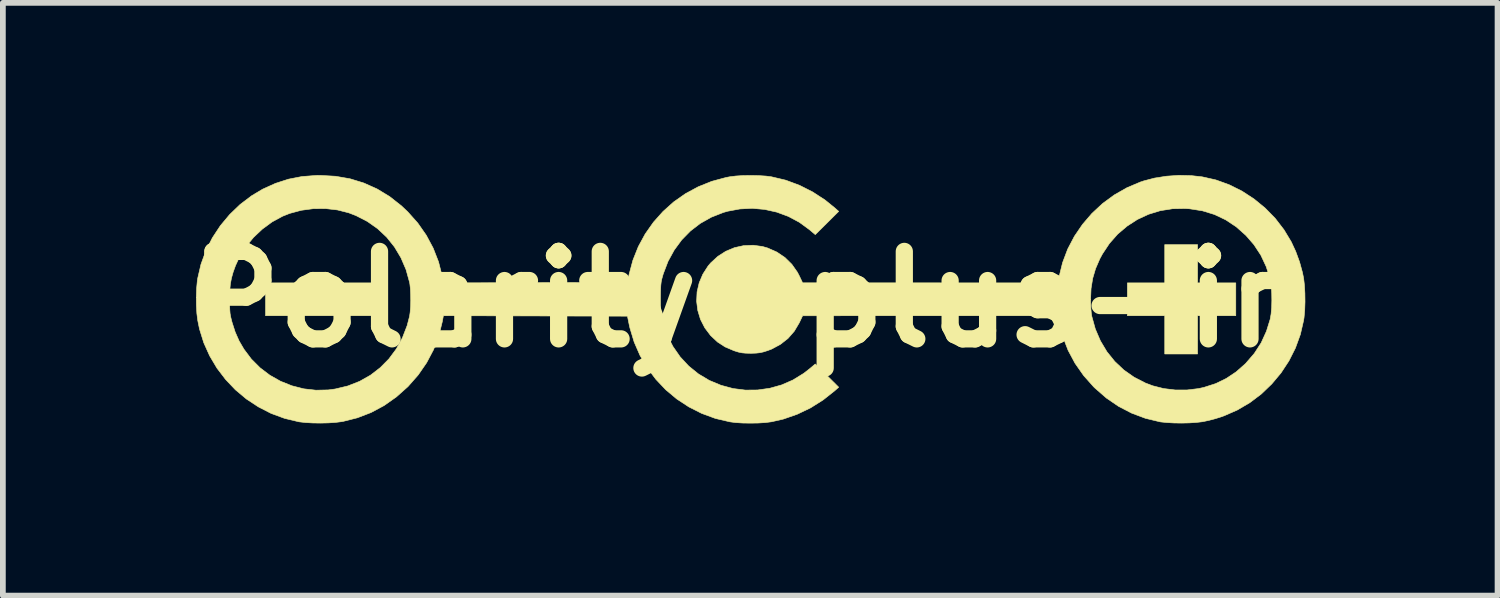
<source format=kicad_pcb>
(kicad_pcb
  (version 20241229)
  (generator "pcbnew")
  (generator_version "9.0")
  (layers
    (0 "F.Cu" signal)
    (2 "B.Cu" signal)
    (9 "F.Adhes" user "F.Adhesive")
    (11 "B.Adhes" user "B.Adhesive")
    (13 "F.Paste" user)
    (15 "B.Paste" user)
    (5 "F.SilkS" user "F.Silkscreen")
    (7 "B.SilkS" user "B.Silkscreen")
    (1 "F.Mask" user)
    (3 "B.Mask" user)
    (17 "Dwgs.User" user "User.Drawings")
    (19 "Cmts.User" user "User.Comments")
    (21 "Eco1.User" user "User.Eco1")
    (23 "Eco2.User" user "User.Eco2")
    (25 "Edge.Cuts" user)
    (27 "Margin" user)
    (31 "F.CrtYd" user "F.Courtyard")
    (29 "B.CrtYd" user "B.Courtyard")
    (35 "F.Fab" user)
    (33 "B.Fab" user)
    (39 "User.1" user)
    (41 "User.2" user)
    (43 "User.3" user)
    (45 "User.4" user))
  (footprint "Polarity-plus-in"
    (layer "F.Cu")
    (at 10.022 2.165)
    (property "Reference" "Polarity-plus-in" (at 0 0 0) (layer "F.SilkS") (effects (font (size 1.524 1.524) (thickness 0.3))))
    (attr through_hole)
    (fp_poly (pts (xy -6.556 0.286) (xy -8.445 0.286) (xy -8.445 -0.286) (xy -6.556 -0.286) (xy -6.556 0.286)) (stroke (width 0.01) (type solid)) (fill yes) (layer "F.SilkS"))
    (fp_poly (pts (xy 7.795 -0.286) (xy 8.461 -0.286) (xy 8.461 0.286) (xy 7.795 0.286) (xy 7.795 0.953) (xy 7.223 0.953) (xy 7.223 0.286) (xy 6.572 0.286) (xy 6.572 -0.286) (xy 7.223 -0.286) (xy 7.223 -0.953) (xy 7.795 -0.953) (xy 7.795 -0.286)) (stroke (width 0.01) (type solid)) (fill yes) (layer "F.SilkS"))
    (fp_poly (pts (xy 7.685 -2.155) (xy 7.874 -2.134) (xy 8.114 -2.08) (xy 8.346 -1.996) (xy 8.569 -1.885) (xy 8.779 -1.748) (xy 8.973 -1.589) (xy 9.148 -1.41) (xy 9.301 -1.211) (xy 9.427 -1.002) (xy 9.505 -0.834) (xy 9.572 -0.651) (xy 9.622 -0.469) (xy 9.643 -0.366) (xy 9.657 -0.245) (xy 9.665 -0.105) (xy 9.667 0.044) (xy 9.662 0.189) (xy 9.65 0.32) (xy 9.643 0.366) (xy 9.586 0.613) (xy 9.5 0.849) (xy 9.387 1.073) (xy 9.249 1.283) (xy 9.088 1.475) (xy 8.907 1.649) (xy 8.706 1.801) (xy 8.488 1.929) (xy 8.255 2.031) (xy 8.186 2.055) (xy 8.098 2.082) (xy 7.999 2.108) (xy 7.907 2.128) (xy 7.875 2.134) (xy 7.772 2.146) (xy 7.649 2.154) (xy 7.516 2.157) (xy 7.383 2.155) (xy 7.259 2.148) (xy 7.154 2.137) (xy 7.136 2.134) (xy 6.887 2.074) (xy 6.647 1.984) (xy 6.419 1.866) (xy 6.205 1.72) (xy 6.007 1.547) (xy 5.984 1.525) (xy 5.809 1.328) (xy 5.66 1.115) (xy 5.539 0.889) (xy 5.447 0.651) (xy 5.384 0.404) (xy 5.382 0.393) (xy 5.362 0.286) (xy 3.137 0.286) (xy 0.913 0.287) (xy 0.855 0.409) (xy 0.768 0.556) (xy 0.658 0.682) (xy 0.525 0.786) (xy 0.372 0.868) (xy 0.303 0.894) (xy 0.23 0.917) (xy 0.167 0.931) (xy 0.103 0.938) (xy 0.021 0.941) (xy 0.008 0.941) (xy -0.077 0.939) (xy -0.143 0.933) (xy -0.205 0.92) (xy -0.276 0.898) (xy -0.287 0.894) (xy -0.439 0.829) (xy -0.57 0.744) (xy -0.686 0.635) (xy -0.689 0.633) (xy -0.792 0.496) (xy -0.867 0.349) (xy -0.914 0.193) (xy -0.934 0.032) (xy -0.932 0) (xy 5.931 0) (xy 5.932 0.087) (xy 5.937 0.173) (xy 5.944 0.247) (xy 5.951 0.294) (xy 6.013 0.517) (xy 6.102 0.724) (xy 6.215 0.913) (xy 6.352 1.083) (xy 6.51 1.232) (xy 6.688 1.357) (xy 6.886 1.459) (xy 7.013 1.507) (xy 7.202 1.555) (xy 7.404 1.58) (xy 7.61 1.58) (xy 7.811 1.556) (xy 7.906 1.535) (xy 8.111 1.469) (xy 8.296 1.379) (xy 8.468 1.264) (xy 8.63 1.121) (xy 8.637 1.113) (xy 8.783 0.944) (xy 8.903 0.759) (xy 8.995 0.557) (xy 9.06 0.348) (xy 9.076 0.256) (xy 9.086 0.143) (xy 9.089 0.018) (xy 9.087 -0.108) (xy 9.079 -0.225) (xy 9.065 -0.324) (xy 9.06 -0.348) (xy 8.992 -0.567) (xy 8.898 -0.768) (xy 8.777 -0.952) (xy 8.637 -1.113) (xy 8.467 -1.264) (xy 8.284 -1.385) (xy 8.088 -1.478) (xy 7.879 -1.542) (xy 7.656 -1.577) (xy 7.58 -1.582) (xy 7.359 -1.578) (xy 7.145 -1.544) (xy 6.94 -1.481) (xy 6.746 -1.391) (xy 6.567 -1.275) (xy 6.403 -1.136) (xy 6.259 -0.973) (xy 6.137 -0.789) (xy 6.092 -0.706) (xy 6.018 -0.535) (xy 5.968 -0.366) (xy 5.939 -0.188) (xy 5.931 0) (xy -0.932 0) (xy -0.926 -0.129) (xy -0.889 -0.287) (xy -0.825 -0.438) (xy -0.734 -0.58) (xy -0.689 -0.633) (xy -0.565 -0.747) (xy -0.425 -0.837) (xy -0.273 -0.9) (xy -0.114 -0.935) (xy 0.05 -0.942) (xy 0.213 -0.92) (xy 0.303 -0.894) (xy 0.464 -0.823) (xy 0.605 -0.728) (xy 0.725 -0.61) (xy 0.822 -0.472) (xy 0.855 -0.409) (xy 0.913 -0.287) (xy 5.362 -0.286) (xy 5.382 -0.393) (xy 5.443 -0.639) (xy 5.532 -0.875) (xy 5.649 -1.098) (xy 5.79 -1.305) (xy 5.954 -1.496) (xy 6.139 -1.668) (xy 6.343 -1.818) (xy 6.564 -1.944) (xy 6.8 -2.044) (xy 6.854 -2.062) (xy 7.045 -2.112) (xy 7.254 -2.145) (xy 7.47 -2.16) (xy 7.685 -2.155)) (stroke (width 0.01) (type solid)) (fill yes) (layer "F.SilkS"))
    (fp_poly (pts (xy -7.227 -2.144) (xy -6.973 -2.1) (xy -6.732 -2.026) (xy -6.502 -1.923) (xy -6.284 -1.791) (xy -6.078 -1.629) (xy -5.968 -1.525) (xy -5.793 -1.329) (xy -5.645 -1.117) (xy -5.524 -0.891) (xy -5.431 -0.653) (xy -5.368 -0.406) (xy -5.366 -0.393) (xy -5.346 -0.286) (xy -3.742 -0.29) (xy -2.139 -0.294) (xy -2.111 -0.432) (xy -2.044 -0.681) (xy -1.95 -0.917) (xy -1.83 -1.138) (xy -1.686 -1.343) (xy -1.52 -1.529) (xy -1.334 -1.696) (xy -1.129 -1.84) (xy -0.907 -1.96) (xy -0.671 -2.055) (xy -0.423 -2.122) (xy -0.355 -2.135) (xy -0.25 -2.148) (xy -0.124 -2.156) (xy 0.013 -2.158) (xy 0.149 -2.155) (xy 0.275 -2.147) (xy 0.372 -2.134) (xy 0.617 -2.076) (xy 0.857 -1.987) (xy 1.087 -1.871) (xy 1.304 -1.73) (xy 1.473 -1.593) (xy 1.542 -1.532) (xy 1.338 -1.329) (xy 1.134 -1.127) (xy 1.031 -1.214) (xy 0.856 -1.342) (xy 0.665 -1.444) (xy 0.462 -1.519) (xy 0.251 -1.566) (xy 0.036 -1.585) (xy -0.181 -1.574) (xy -0.395 -1.534) (xy -0.468 -1.513) (xy -0.677 -1.431) (xy -0.869 -1.323) (xy -1.041 -1.191) (xy -1.194 -1.035) (xy -1.324 -0.858) (xy -1.432 -0.661) (xy -1.515 -0.444) (xy -1.527 -0.403) (xy -1.541 -0.352) (xy -1.551 -0.304) (xy -1.557 -0.251) (xy -1.561 -0.188) (xy -1.563 -0.106) (xy -1.564 -0.000176) (xy -1.564 0) (xy -1.563 0.106) (xy -1.561 0.188) (xy -1.557 0.251) (xy -1.551 0.304) (xy -1.541 0.352) (xy -1.527 0.403) (xy -1.527 0.403) (xy -1.449 0.622) (xy -1.346 0.823) (xy -1.22 1.004) (xy -1.072 1.163) (xy -0.903 1.3) (xy -0.716 1.412) (xy -0.714 1.413) (xy -0.51 1.498) (xy -0.299 1.555) (xy -0.085 1.582) (xy 0.13 1.58) (xy 0.342 1.55) (xy 0.548 1.492) (xy 0.745 1.406) (xy 0.93 1.292) (xy 1.031 1.214) (xy 1.134 1.127) (xy 1.338 1.329) (xy 1.542 1.532) (xy 1.473 1.593) (xy 1.27 1.754) (xy 1.051 1.892) (xy 0.819 2.003) (xy 0.578 2.087) (xy 0.372 2.134) (xy 0.266 2.148) (xy 0.139 2.156) (xy 0.003 2.158) (xy -0.133 2.156) (xy -0.258 2.148) (xy -0.355 2.135) (xy -0.607 2.076) (xy -0.846 1.988) (xy -1.071 1.874) (xy -1.281 1.736) (xy -1.472 1.576) (xy -1.644 1.394) (xy -1.794 1.194) (xy -1.921 0.977) (xy -2.022 0.745) (xy -2.096 0.5) (xy -2.111 0.432) (xy -2.139 0.294) (xy -3.742 0.29) (xy -5.346 0.286) (xy -5.366 0.393) (xy -5.427 0.64) (xy -5.518 0.878) (xy -5.638 1.105) (xy -5.785 1.318) (xy -5.958 1.515) (xy -5.968 1.525) (xy -6.167 1.702) (xy -6.38 1.852) (xy -6.606 1.973) (xy -6.845 2.065) (xy -7.095 2.128) (xy -7.127 2.133) (xy -7.23 2.146) (xy -7.354 2.154) (xy -7.488 2.157) (xy -7.623 2.155) (xy -7.748 2.148) (xy -7.853 2.136) (xy -7.866 2.134) (xy -8.113 2.075) (xy -8.349 1.988) (xy -8.571 1.874) (xy -8.779 1.737) (xy -8.97 1.577) (xy -9.141 1.397) (xy -9.292 1.199) (xy -9.419 0.985) (xy -9.521 0.758) (xy -9.596 0.518) (xy -9.627 0.366) (xy -9.642 0.245) (xy -9.65 0.105) (xy -9.651 0.008) (xy -9.072 0.008) (xy -9.071 0.107) (xy -9.068 0.184) (xy -9.063 0.247) (xy -9.053 0.304) (xy -9.038 0.366) (xy -9.029 0.4) (xy -8.974 0.571) (xy -8.907 0.723) (xy -8.822 0.869) (xy -8.822 0.869) (xy -8.692 1.042) (xy -8.54 1.194) (xy -8.37 1.323) (xy -8.184 1.428) (xy -7.986 1.507) (xy -7.779 1.56) (xy -7.567 1.584) (xy -7.351 1.579) (xy -7.232 1.563) (xy -7.011 1.51) (xy -6.805 1.429) (xy -6.616 1.322) (xy -6.446 1.191) (xy -6.295 1.038) (xy -6.166 0.864) (xy -6.06 0.67) (xy -5.978 0.459) (xy -5.935 0.294) (xy -5.925 0.223) (xy -5.918 0.13) (xy -5.915 0.025) (xy -5.917 -0.082) (xy -5.921 -0.182) (xy -5.93 -0.264) (xy -5.935 -0.294) (xy -5.997 -0.517) (xy -6.086 -0.724) (xy -6.199 -0.913) (xy -6.335 -1.083) (xy -6.493 -1.231) (xy -6.672 -1.357) (xy -6.869 -1.458) (xy -6.996 -1.507) (xy -7.193 -1.557) (xy -7.401 -1.581) (xy -7.613 -1.579) (xy -7.822 -1.551) (xy -8.023 -1.497) (xy -8.147 -1.448) (xy -8.33 -1.349) (xy -8.5 -1.224) (xy -8.655 -1.078) (xy -8.789 -0.915) (xy -8.899 -0.738) (xy -8.969 -0.586) (xy -9.01 -0.472) (xy -9.039 -0.369) (xy -9.058 -0.268) (xy -9.068 -0.159) (xy -9.072 -0.031) (xy -9.072 0.008) (xy -9.651 0.008) (xy -9.651 -0.044) (xy -9.646 -0.189) (xy -9.634 -0.32) (xy -9.627 -0.366) (xy -9.57 -0.611) (xy -9.484 -0.847) (xy -9.371 -1.072) (xy -9.232 -1.283) (xy -9.07 -1.477) (xy -8.888 -1.652) (xy -8.686 -1.805) (xy -8.495 -1.919) (xy -8.272 -2.02) (xy -8.046 -2.093) (xy -7.811 -2.139) (xy -7.562 -2.158) (xy -7.492 -2.159) (xy -7.227 -2.144)) (stroke (width 0.01) (type solid)) (fill yes) (layer "F.SilkS")))
  (gr_rect
    (start -3 -3)
    (end 23.044 7.328)
    (stroke (width 0.1) (type default))
    (fill no)
    (layer "Edge.Cuts")))
</source>
